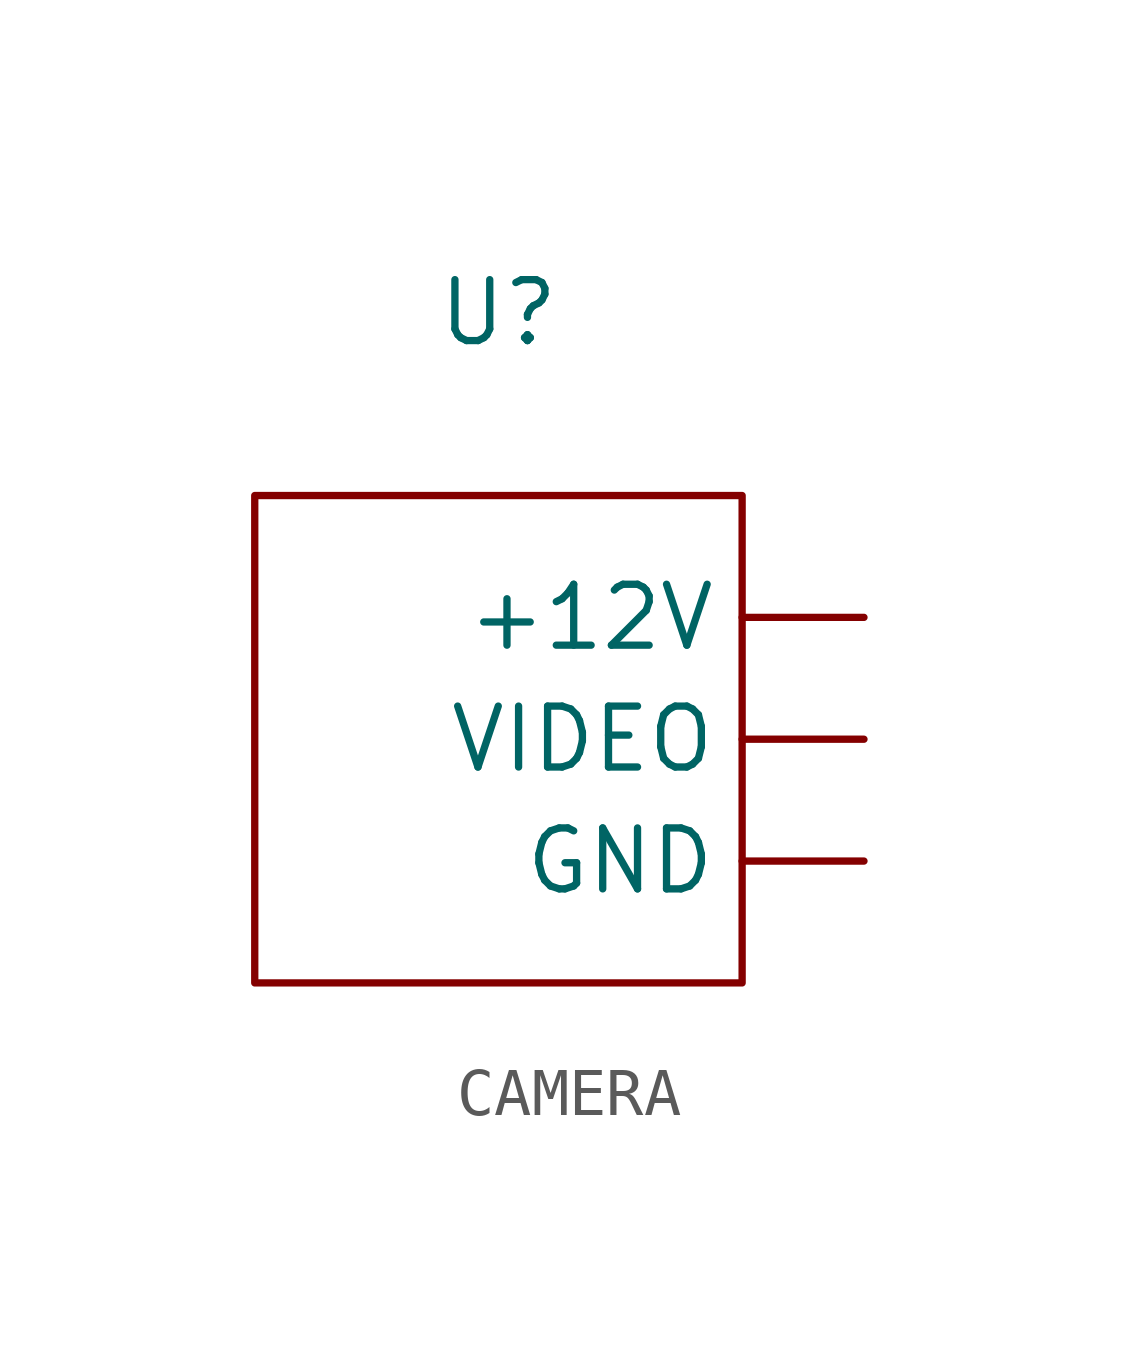
<source format=kicad_sym>
(kicad_symbol_lib
  (version 20241209)
  (generator "kicad_symbol_editor")
  (generator_version "9.0")
  (symbol "CAMERA"
    (pin_numbers
      (hide yes))
    (property "Reference" "U"
      (at 0 0 0)
      (effects (font (size 1.27 1.27))))
    (property "Value" ""
      (at 0 0 0)
      (effects (font (size 1.27 1.27))))
    (symbol "CAMERA_0_1"
      (rectangle (start -5.08 -3.81) (end 5.08 -13.97) (stroke (width 0) (type default)) (fill (type none))))
    (symbol "CAMERA_1_1"
      (pin power_in line (at 7.62 -6.35 180) (length 2.54) (name "+12V" (effects (font (size 1.27 1.27)))) (number "1" (effects (font (size 1.27 1.27)))))
      (pin output line (at 7.62 -8.89 180) (length 2.54) (name "VIDEO" (effects (font (size 1.27 1.27)))) (number "3" (effects (font (size 1.27 1.27)))))
      (pin power_in line (at 7.62 -11.43 180) (length 2.54) (name "GND" (effects (font (size 1.27 1.27)))) (number "2" (effects (font (size 1.27 1.27))))))))
</source>
